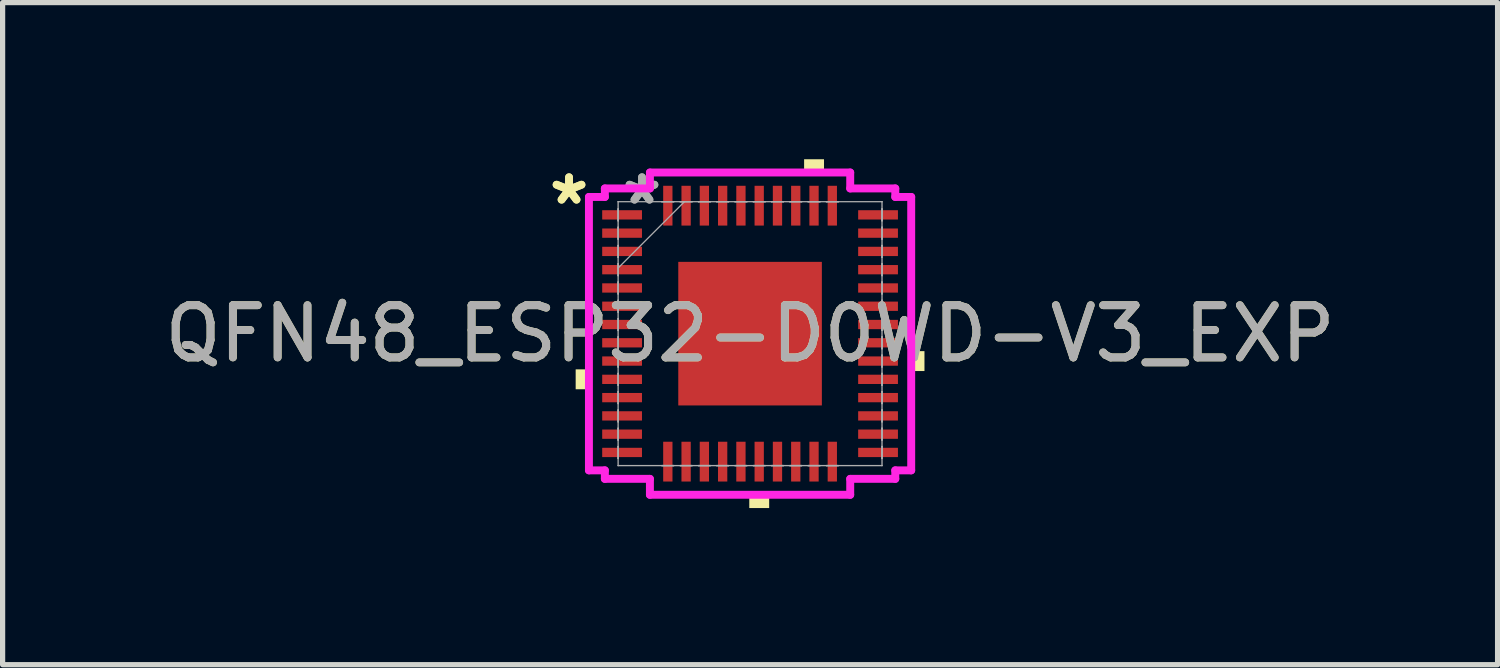
<source format=kicad_pcb>
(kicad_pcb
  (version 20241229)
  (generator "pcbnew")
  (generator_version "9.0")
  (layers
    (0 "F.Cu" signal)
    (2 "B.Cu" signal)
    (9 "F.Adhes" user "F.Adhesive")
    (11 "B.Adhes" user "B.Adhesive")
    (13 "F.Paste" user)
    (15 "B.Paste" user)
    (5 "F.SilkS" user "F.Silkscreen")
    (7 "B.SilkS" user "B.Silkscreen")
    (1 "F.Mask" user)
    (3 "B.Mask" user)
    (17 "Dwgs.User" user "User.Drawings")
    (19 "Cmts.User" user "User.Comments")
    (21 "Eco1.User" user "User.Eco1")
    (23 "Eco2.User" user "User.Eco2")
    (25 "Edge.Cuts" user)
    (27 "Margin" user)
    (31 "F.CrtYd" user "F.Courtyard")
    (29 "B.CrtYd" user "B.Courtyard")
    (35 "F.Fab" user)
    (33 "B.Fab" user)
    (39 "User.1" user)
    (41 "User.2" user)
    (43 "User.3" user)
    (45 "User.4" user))
  (footprint "QFN48_ESP32-D0WD-V3_EXP"
    (layer "F.Cu")
    (at 11.315 3.34)
    (property "Reference" "QFN48_ESP32-D0WD-V3_EXP" (at 0 0 0) (unlocked yes) (layer "F.SilkS") (effects (font (size 1 1) (thickness 0.15))))
    (attr smd)
    (fp_poly (pts (xy -3.34 0.684) (xy -3.34 1.065) (xy -3.086 1.065) (xy -3.086 0.684)) (stroke (width 0) (type solid)) (fill yes) (layer "F.SilkS"))
    (fp_poly (pts (xy -0.015 3.086) (xy -0.015 3.34) (xy 0.366 3.34) (xy 0.366 3.086)) (stroke (width 0) (type solid)) (fill yes) (layer "F.SilkS"))
    (fp_poly (pts (xy 1.035 -3.086) (xy 1.035 -3.34) (xy 1.416 -3.34) (xy 1.416 -3.086)) (stroke (width 0) (type solid)) (fill yes) (layer "F.SilkS"))
    (fp_poly (pts (xy 3.34 0.335) (xy 3.34 0.716) (xy 3.086 0.716) (xy 3.086 0.335)) (stroke (width 0) (type solid)) (fill yes) (layer "F.SilkS"))
    (fp_poly (pts (xy -1.375 -1.375) (xy -1.375 -0.1) (xy -0.1 -0.1) (xy -0.1 -1.375)) (stroke (width 0) (type solid)) (fill yes) (layer "F.Paste"))
    (fp_poly (pts (xy -1.375 0.1) (xy -1.375 1.375) (xy -0.1 1.375) (xy -0.1 0.1)) (stroke (width 0) (type solid)) (fill yes) (layer "F.Paste"))
    (fp_poly (pts (xy 0.1 -1.375) (xy 0.1 -0.1) (xy 1.375 -0.1) (xy 1.375 -1.375)) (stroke (width 0) (type solid)) (fill yes) (layer "F.Paste"))
    (fp_poly (pts (xy 0.1 0.1) (xy 0.1 1.375) (xy 1.375 1.375) (xy 1.375 0.1)) (stroke (width 0) (type solid)) (fill yes) (layer "F.Paste"))
    (fp_line (start -3.086 -2.618) (end -2.781 -2.618) (stroke (width 0.152) (type solid)) (layer "F.CrtYd"))
    (fp_line (start -3.086 2.618) (end -3.086 -2.618) (stroke (width 0.152) (type solid)) (layer "F.CrtYd"))
    (fp_line (start -2.781 -2.781) (end -1.918 -2.781) (stroke (width 0.152) (type solid)) (layer "F.CrtYd"))
    (fp_line (start -2.781 -2.618) (end -2.781 -2.781) (stroke (width 0.152) (type solid)) (layer "F.CrtYd"))
    (fp_line (start -2.781 2.618) (end -3.086 2.618) (stroke (width 0.152) (type solid)) (layer "F.CrtYd"))
    (fp_line (start -2.781 2.781) (end -2.781 2.618) (stroke (width 0.152) (type solid)) (layer "F.CrtYd"))
    (fp_line (start -1.918 -3.086) (end 1.918 -3.086) (stroke (width 0.152) (type solid)) (layer "F.CrtYd"))
    (fp_line (start -1.918 -2.781) (end -1.918 -3.086) (stroke (width 0.152) (type solid)) (layer "F.CrtYd"))
    (fp_line (start -1.918 2.781) (end -2.781 2.781) (stroke (width 0.152) (type solid)) (layer "F.CrtYd"))
    (fp_line (start -1.918 3.086) (end -1.918 2.781) (stroke (width 0.152) (type solid)) (layer "F.CrtYd"))
    (fp_line (start 1.918 -3.086) (end 1.918 -2.781) (stroke (width 0.152) (type solid)) (layer "F.CrtYd"))
    (fp_line (start 1.918 -2.781) (end 2.781 -2.781) (stroke (width 0.152) (type solid)) (layer "F.CrtYd"))
    (fp_line (start 1.918 2.781) (end 1.918 3.086) (stroke (width 0.152) (type solid)) (layer "F.CrtYd"))
    (fp_line (start 1.918 3.086) (end -1.918 3.086) (stroke (width 0.152) (type solid)) (layer "F.CrtYd"))
    (fp_line (start 2.781 -2.781) (end 2.781 -2.618) (stroke (width 0.152) (type solid)) (layer "F.CrtYd"))
    (fp_line (start 2.781 -2.618) (end 3.086 -2.618) (stroke (width 0.152) (type solid)) (layer "F.CrtYd"))
    (fp_line (start 2.781 2.618) (end 2.781 2.781) (stroke (width 0.152) (type solid)) (layer "F.CrtYd"))
    (fp_line (start 2.781 2.781) (end 1.918 2.781) (stroke (width 0.152) (type solid)) (layer "F.CrtYd"))
    (fp_line (start 3.086 -2.618) (end 3.086 2.618) (stroke (width 0.152) (type solid)) (layer "F.CrtYd"))
    (fp_line (start 3.086 2.618) (end 2.781 2.618) (stroke (width 0.152) (type solid)) (layer "F.CrtYd"))
    (fp_line (start -2.527 -2.527) (end -2.527 -2.527) (stroke (width 0.025) (type solid)) (layer "F.Fab"))
    (fp_line (start -2.527 -2.527) (end -2.527 2.527) (stroke (width 0.025) (type solid)) (layer "F.Fab"))
    (fp_line (start -2.527 -2.389) (end -2.527 -2.389) (stroke (width 0.025) (type solid)) (layer "F.Fab"))
    (fp_line (start -2.527 -2.389) (end -2.527 -2.161) (stroke (width 0.025) (type solid)) (layer "F.Fab"))
    (fp_line (start -2.527 -2.161) (end -2.527 -2.389) (stroke (width 0.025) (type solid)) (layer "F.Fab"))
    (fp_line (start -2.527 -2.161) (end -2.527 -2.161) (stroke (width 0.025) (type solid)) (layer "F.Fab"))
    (fp_line (start -2.527 -2.039) (end -2.527 -2.039) (stroke (width 0.025) (type solid)) (layer "F.Fab"))
    (fp_line (start -2.527 -2.039) (end -2.527 -1.811) (stroke (width 0.025) (type solid)) (layer "F.Fab"))
    (fp_line (start -2.527 -1.811) (end -2.527 -2.039) (stroke (width 0.025) (type solid)) (layer "F.Fab"))
    (fp_line (start -2.527 -1.811) (end -2.527 -1.811) (stroke (width 0.025) (type solid)) (layer "F.Fab"))
    (fp_line (start -2.527 -1.689) (end -2.527 -1.689) (stroke (width 0.025) (type solid)) (layer "F.Fab"))
    (fp_line (start -2.527 -1.689) (end -2.527 -1.461) (stroke (width 0.025) (type solid)) (layer "F.Fab"))
    (fp_line (start -2.527 -1.461) (end -2.527 -1.689) (stroke (width 0.025) (type solid)) (layer "F.Fab"))
    (fp_line (start -2.527 -1.461) (end -2.527 -1.461) (stroke (width 0.025) (type solid)) (layer "F.Fab"))
    (fp_line (start -2.527 -1.339) (end -2.527 -1.339) (stroke (width 0.025) (type solid)) (layer "F.Fab"))
    (fp_line (start -2.527 -1.339) (end -2.527 -1.111) (stroke (width 0.025) (type solid)) (layer "F.Fab"))
    (fp_line (start -2.527 -1.257) (end -1.257 -2.527) (stroke (width 0.025) (type solid)) (layer "F.Fab"))
    (fp_line (start -2.527 -1.111) (end -2.527 -1.339) (stroke (width 0.025) (type solid)) (layer "F.Fab"))
    (fp_line (start -2.527 -1.111) (end -2.527 -1.111) (stroke (width 0.025) (type solid)) (layer "F.Fab"))
    (fp_line (start -2.527 -0.989) (end -2.527 -0.989) (stroke (width 0.025) (type solid)) (layer "F.Fab"))
    (fp_line (start -2.527 -0.989) (end -2.527 -0.761) (stroke (width 0.025) (type solid)) (layer "F.Fab"))
    (fp_line (start -2.527 -0.761) (end -2.527 -0.989) (stroke (width 0.025) (type solid)) (layer "F.Fab"))
    (fp_line (start -2.527 -0.761) (end -2.527 -0.761) (stroke (width 0.025) (type solid)) (layer "F.Fab"))
    (fp_line (start -2.527 -0.639) (end -2.527 -0.639) (stroke (width 0.025) (type solid)) (layer "F.Fab"))
    (fp_line (start -2.527 -0.639) (end -2.527 -0.411) (stroke (width 0.025) (type solid)) (layer "F.Fab"))
    (fp_line (start -2.527 -0.411) (end -2.527 -0.639) (stroke (width 0.025) (type solid)) (layer "F.Fab"))
    (fp_line (start -2.527 -0.411) (end -2.527 -0.411) (stroke (width 0.025) (type solid)) (layer "F.Fab"))
    (fp_line (start -2.527 -0.289) (end -2.527 -0.289) (stroke (width 0.025) (type solid)) (layer "F.Fab"))
    (fp_line (start -2.527 -0.289) (end -2.527 -0.061) (stroke (width 0.025) (type solid)) (layer "F.Fab"))
    (fp_line (start -2.527 -0.061) (end -2.527 -0.289) (stroke (width 0.025) (type solid)) (layer "F.Fab"))
    (fp_line (start -2.527 -0.061) (end -2.527 -0.061) (stroke (width 0.025) (type solid)) (layer "F.Fab"))
    (fp_line (start -2.527 0.061) (end -2.527 0.061) (stroke (width 0.025) (type solid)) (layer "F.Fab"))
    (fp_line (start -2.527 0.061) (end -2.527 0.289) (stroke (width 0.025) (type solid)) (layer "F.Fab"))
    (fp_line (start -2.527 0.289) (end -2.527 0.061) (stroke (width 0.025) (type solid)) (layer "F.Fab"))
    (fp_line (start -2.527 0.289) (end -2.527 0.289) (stroke (width 0.025) (type solid)) (layer "F.Fab"))
    (fp_line (start -2.527 0.411) (end -2.527 0.411) (stroke (width 0.025) (type solid)) (layer "F.Fab"))
    (fp_line (start -2.527 0.411) (end -2.527 0.639) (stroke (width 0.025) (type solid)) (layer "F.Fab"))
    (fp_line (start -2.527 0.639) (end -2.527 0.411) (stroke (width 0.025) (type solid)) (layer "F.Fab"))
    (fp_line (start -2.527 0.639) (end -2.527 0.639) (stroke (width 0.025) (type solid)) (layer "F.Fab"))
    (fp_line (start -2.527 0.761) (end -2.527 0.761) (stroke (width 0.025) (type solid)) (layer "F.Fab"))
    (fp_line (start -2.527 0.761) (end -2.527 0.989) (stroke (width 0.025) (type solid)) (layer "F.Fab"))
    (fp_line (start -2.527 0.989) (end -2.527 0.761) (stroke (width 0.025) (type solid)) (layer "F.Fab"))
    (fp_line (start -2.527 0.989) (end -2.527 0.989) (stroke (width 0.025) (type solid)) (layer "F.Fab"))
    (fp_line (start -2.527 1.111) (end -2.527 1.111) (stroke (width 0.025) (type solid)) (layer "F.Fab"))
    (fp_line (start -2.527 1.111) (end -2.527 1.339) (stroke (width 0.025) (type solid)) (layer "F.Fab"))
    (fp_line (start -2.527 1.339) (end -2.527 1.111) (stroke (width 0.025) (type solid)) (layer "F.Fab"))
    (fp_line (start -2.527 1.339) (end -2.527 1.339) (stroke (width 0.025) (type solid)) (layer "F.Fab"))
    (fp_line (start -2.527 1.461) (end -2.527 1.461) (stroke (width 0.025) (type solid)) (layer "F.Fab"))
    (fp_line (start -2.527 1.461) (end -2.527 1.689) (stroke (width 0.025) (type solid)) (layer "F.Fab"))
    (fp_line (start -2.527 1.689) (end -2.527 1.461) (stroke (width 0.025) (type solid)) (layer "F.Fab"))
    (fp_line (start -2.527 1.689) (end -2.527 1.689) (stroke (width 0.025) (type solid)) (layer "F.Fab"))
    (fp_line (start -2.527 1.811) (end -2.527 1.811) (stroke (width 0.025) (type solid)) (layer "F.Fab"))
    (fp_line (start -2.527 1.811) (end -2.527 2.039) (stroke (width 0.025) (type solid)) (layer "F.Fab"))
    (fp_line (start -2.527 2.039) (end -2.527 1.811) (stroke (width 0.025) (type solid)) (layer "F.Fab"))
    (fp_line (start -2.527 2.039) (end -2.527 2.039) (stroke (width 0.025) (type solid)) (layer "F.Fab"))
    (fp_line (start -2.527 2.161) (end -2.527 2.161) (stroke (width 0.025) (type solid)) (layer "F.Fab"))
    (fp_line (start -2.527 2.161) (end -2.527 2.389) (stroke (width 0.025) (type solid)) (layer "F.Fab"))
    (fp_line (start -2.527 2.389) (end -2.527 2.161) (stroke (width 0.025) (type solid)) (layer "F.Fab"))
    (fp_line (start -2.527 2.389) (end -2.527 2.389) (stroke (width 0.025) (type solid)) (layer "F.Fab"))
    (fp_line (start -2.527 2.527) (end -2.527 2.527) (stroke (width 0.025) (type solid)) (layer "F.Fab"))
    (fp_line (start -2.527 2.527) (end 2.527 2.527) (stroke (width 0.025) (type solid)) (layer "F.Fab"))
    (fp_line (start -1.689 -2.527) (end -1.689 -2.527) (stroke (width 0.025) (type solid)) (layer "F.Fab"))
    (fp_line (start -1.689 -2.527) (end -1.461 -2.527) (stroke (width 0.025) (type solid)) (layer "F.Fab"))
    (fp_line (start -1.689 2.527) (end -1.689 2.527) (stroke (width 0.025) (type solid)) (layer "F.Fab"))
    (fp_line (start -1.689 2.527) (end -1.461 2.527) (stroke (width 0.025) (type solid)) (layer "F.Fab"))
    (fp_line (start -1.461 -2.527) (end -1.689 -2.527) (stroke (width 0.025) (type solid)) (layer "F.Fab"))
    (fp_line (start -1.461 -2.527) (end -1.461 -2.527) (stroke (width 0.025) (type solid)) (layer "F.Fab"))
    (fp_line (start -1.461 2.527) (end -1.689 2.527) (stroke (width 0.025) (type solid)) (layer "F.Fab"))
    (fp_line (start -1.461 2.527) (end -1.461 2.527) (stroke (width 0.025) (type solid)) (layer "F.Fab"))
    (fp_line (start -1.339 -2.527) (end -1.339 -2.527) (stroke (width 0.025) (type solid)) (layer "F.Fab"))
    (fp_line (start -1.339 -2.527) (end -1.111 -2.527) (stroke (width 0.025) (type solid)) (layer "F.Fab"))
    (fp_line (start -1.339 2.527) (end -1.339 2.527) (stroke (width 0.025) (type solid)) (layer "F.Fab"))
    (fp_line (start -1.339 2.527) (end -1.111 2.527) (stroke (width 0.025) (type solid)) (layer "F.Fab"))
    (fp_line (start -1.111 -2.527) (end -1.339 -2.527) (stroke (width 0.025) (type solid)) (layer "F.Fab"))
    (fp_line (start -1.111 -2.527) (end -1.111 -2.527) (stroke (width 0.025) (type solid)) (layer "F.Fab"))
    (fp_line (start -1.111 2.527) (end -1.339 2.527) (stroke (width 0.025) (type solid)) (layer "F.Fab"))
    (fp_line (start -1.111 2.527) (end -1.111 2.527) (stroke (width 0.025) (type solid)) (layer "F.Fab"))
    (fp_line (start -0.989 -2.527) (end -0.989 -2.527) (stroke (width 0.025) (type solid)) (layer "F.Fab"))
    (fp_line (start -0.989 -2.527) (end -0.761 -2.527) (stroke (width 0.025) (type solid)) (layer "F.Fab"))
    (fp_line (start -0.989 2.527) (end -0.989 2.527) (stroke (width 0.025) (type solid)) (layer "F.Fab"))
    (fp_line (start -0.989 2.527) (end -0.761 2.527) (stroke (width 0.025) (type solid)) (layer "F.Fab"))
    (fp_line (start -0.761 -2.527) (end -0.989 -2.527) (stroke (width 0.025) (type solid)) (layer "F.Fab"))
    (fp_line (start -0.761 -2.527) (end -0.761 -2.527) (stroke (width 0.025) (type solid)) (layer "F.Fab"))
    (fp_line (start -0.761 2.527) (end -0.989 2.527) (stroke (width 0.025) (type solid)) (layer "F.Fab"))
    (fp_line (start -0.761 2.527) (end -0.761 2.527) (stroke (width 0.025) (type solid)) (layer "F.Fab"))
    (fp_line (start -0.639 -2.527) (end -0.639 -2.527) (stroke (width 0.025) (type solid)) (layer "F.Fab"))
    (fp_line (start -0.639 -2.527) (end -0.411 -2.527) (stroke (width 0.025) (type solid)) (layer "F.Fab"))
    (fp_line (start -0.639 2.527) (end -0.639 2.527) (stroke (width 0.025) (type solid)) (layer "F.Fab"))
    (fp_line (start -0.639 2.527) (end -0.411 2.527) (stroke (width 0.025) (type solid)) (layer "F.Fab"))
    (fp_line (start -0.411 -2.527) (end -0.639 -2.527) (stroke (width 0.025) (type solid)) (layer "F.Fab"))
    (fp_line (start -0.411 -2.527) (end -0.411 -2.527) (stroke (width 0.025) (type solid)) (layer "F.Fab"))
    (fp_line (start -0.411 2.527) (end -0.639 2.527) (stroke (width 0.025) (type solid)) (layer "F.Fab"))
    (fp_line (start -0.411 2.527) (end -0.411 2.527) (stroke (width 0.025) (type solid)) (layer "F.Fab"))
    (fp_line (start -0.289 -2.527) (end -0.289 -2.527) (stroke (width 0.025) (type solid)) (layer "F.Fab"))
    (fp_line (start -0.289 -2.527) (end -0.061 -2.527) (stroke (width 0.025) (type solid)) (layer "F.Fab"))
    (fp_line (start -0.289 2.527) (end -0.289 2.527) (stroke (width 0.025) (type solid)) (layer "F.Fab"))
    (fp_line (start -0.289 2.527) (end -0.061 2.527) (stroke (width 0.025) (type solid)) (layer "F.Fab"))
    (fp_line (start -0.061 -2.527) (end -0.289 -2.527) (stroke (width 0.025) (type solid)) (layer "F.Fab"))
    (fp_line (start -0.061 -2.527) (end -0.061 -2.527) (stroke (width 0.025) (type solid)) (layer "F.Fab"))
    (fp_line (start -0.061 2.527) (end -0.289 2.527) (stroke (width 0.025) (type solid)) (layer "F.Fab"))
    (fp_line (start -0.061 2.527) (end -0.061 2.527) (stroke (width 0.025) (type solid)) (layer "F.Fab"))
    (fp_line (start 0.061 -2.527) (end 0.061 -2.527) (stroke (width 0.025) (type solid)) (layer "F.Fab"))
    (fp_line (start 0.061 -2.527) (end 0.289 -2.527) (stroke (width 0.025) (type solid)) (layer "F.Fab"))
    (fp_line (start 0.061 2.527) (end 0.061 2.527) (stroke (width 0.025) (type solid)) (layer "F.Fab"))
    (fp_line (start 0.061 2.527) (end 0.289 2.527) (stroke (width 0.025) (type solid)) (layer "F.Fab"))
    (fp_line (start 0.289 -2.527) (end 0.061 -2.527) (stroke (width 0.025) (type solid)) (layer "F.Fab"))
    (fp_line (start 0.289 -2.527) (end 0.289 -2.527) (stroke (width 0.025) (type solid)) (layer "F.Fab"))
    (fp_line (start 0.289 2.527) (end 0.061 2.527) (stroke (width 0.025) (type solid)) (layer "F.Fab"))
    (fp_line (start 0.289 2.527) (end 0.289 2.527) (stroke (width 0.025) (type solid)) (layer "F.Fab"))
    (fp_line (start 0.411 -2.527) (end 0.411 -2.527) (stroke (width 0.025) (type solid)) (layer "F.Fab"))
    (fp_line (start 0.411 -2.527) (end 0.639 -2.527) (stroke (width 0.025) (type solid)) (layer "F.Fab"))
    (fp_line (start 0.411 2.527) (end 0.411 2.527) (stroke (width 0.025) (type solid)) (layer "F.Fab"))
    (fp_line (start 0.411 2.527) (end 0.639 2.527) (stroke (width 0.025) (type solid)) (layer "F.Fab"))
    (fp_line (start 0.639 -2.527) (end 0.411 -2.527) (stroke (width 0.025) (type solid)) (layer "F.Fab"))
    (fp_line (start 0.639 -2.527) (end 0.639 -2.527) (stroke (width 0.025) (type solid)) (layer "F.Fab"))
    (fp_line (start 0.639 2.527) (end 0.411 2.527) (stroke (width 0.025) (type solid)) (layer "F.Fab"))
    (fp_line (start 0.639 2.527) (end 0.639 2.527) (stroke (width 0.025) (type solid)) (layer "F.Fab"))
    (fp_line (start 0.761 -2.527) (end 0.761 -2.527) (stroke (width 0.025) (type solid)) (layer "F.Fab"))
    (fp_line (start 0.761 -2.527) (end 0.989 -2.527) (stroke (width 0.025) (type solid)) (layer "F.Fab"))
    (fp_line (start 0.761 2.527) (end 0.761 2.527) (stroke (width 0.025) (type solid)) (layer "F.Fab"))
    (fp_line (start 0.761 2.527) (end 0.989 2.527) (stroke (width 0.025) (type solid)) (layer "F.Fab"))
    (fp_line (start 0.989 -2.527) (end 0.761 -2.527) (stroke (width 0.025) (type solid)) (layer "F.Fab"))
    (fp_line (start 0.989 -2.527) (end 0.989 -2.527) (stroke (width 0.025) (type solid)) (layer "F.Fab"))
    (fp_line (start 0.989 2.527) (end 0.761 2.527) (stroke (width 0.025) (type solid)) (layer "F.Fab"))
    (fp_line (start 0.989 2.527) (end 0.989 2.527) (stroke (width 0.025) (type solid)) (layer "F.Fab"))
    (fp_line (start 1.111 -2.527) (end 1.111 -2.527) (stroke (width 0.025) (type solid)) (layer "F.Fab"))
    (fp_line (start 1.111 -2.527) (end 1.339 -2.527) (stroke (width 0.025) (type solid)) (layer "F.Fab"))
    (fp_line (start 1.111 2.527) (end 1.111 2.527) (stroke (width 0.025) (type solid)) (layer "F.Fab"))
    (fp_line (start 1.111 2.527) (end 1.339 2.527) (stroke (width 0.025) (type solid)) (layer "F.Fab"))
    (fp_line (start 1.339 -2.527) (end 1.111 -2.527) (stroke (width 0.025) (type solid)) (layer "F.Fab"))
    (fp_line (start 1.339 -2.527) (end 1.339 -2.527) (stroke (width 0.025) (type solid)) (layer "F.Fab"))
    (fp_line (start 1.339 2.527) (end 1.111 2.527) (stroke (width 0.025) (type solid)) (layer "F.Fab"))
    (fp_line (start 1.339 2.527) (end 1.339 2.527) (stroke (width 0.025) (type solid)) (layer "F.Fab"))
    (fp_line (start 1.461 -2.527) (end 1.461 -2.527) (stroke (width 0.025) (type solid)) (layer "F.Fab"))
    (fp_line (start 1.461 -2.527) (end 1.689 -2.527) (stroke (width 0.025) (type solid)) (layer "F.Fab"))
    (fp_line (start 1.461 2.527) (end 1.461 2.527) (stroke (width 0.025) (type solid)) (layer "F.Fab"))
    (fp_line (start 1.461 2.527) (end 1.689 2.527) (stroke (width 0.025) (type solid)) (layer "F.Fab"))
    (fp_line (start 1.689 -2.527) (end 1.461 -2.527) (stroke (width 0.025) (type solid)) (layer "F.Fab"))
    (fp_line (start 1.689 -2.527) (end 1.689 -2.527) (stroke (width 0.025) (type solid)) (layer "F.Fab"))
    (fp_line (start 1.689 2.527) (end 1.461 2.527) (stroke (width 0.025) (type solid)) (layer "F.Fab"))
    (fp_line (start 1.689 2.527) (end 1.689 2.527) (stroke (width 0.025) (type solid)) (layer "F.Fab"))
    (fp_line (start 2.527 -2.527) (end -2.527 -2.527) (stroke (width 0.025) (type solid)) (layer "F.Fab"))
    (fp_line (start 2.527 -2.527) (end 2.527 -2.527) (stroke (width 0.025) (type solid)) (layer "F.Fab"))
    (fp_line (start 2.527 -2.389) (end 2.527 -2.389) (stroke (width 0.025) (type solid)) (layer "F.Fab"))
    (fp_line (start 2.527 -2.389) (end 2.527 -2.161) (stroke (width 0.025) (type solid)) (layer "F.Fab"))
    (fp_line (start 2.527 -2.161) (end 2.527 -2.389) (stroke (width 0.025) (type solid)) (layer "F.Fab"))
    (fp_line (start 2.527 -2.161) (end 2.527 -2.161) (stroke (width 0.025) (type solid)) (layer "F.Fab"))
    (fp_line (start 2.527 -2.039) (end 2.527 -2.039) (stroke (width 0.025) (type solid)) (layer "F.Fab"))
    (fp_line (start 2.527 -2.039) (end 2.527 -1.811) (stroke (width 0.025) (type solid)) (layer "F.Fab"))
    (fp_line (start 2.527 -1.811) (end 2.527 -2.039) (stroke (width 0.025) (type solid)) (layer "F.Fab"))
    (fp_line (start 2.527 -1.811) (end 2.527 -1.811) (stroke (width 0.025) (type solid)) (layer "F.Fab"))
    (fp_line (start 2.527 -1.689) (end 2.527 -1.689) (stroke (width 0.025) (type solid)) (layer "F.Fab"))
    (fp_line (start 2.527 -1.689) (end 2.527 -1.461) (stroke (width 0.025) (type solid)) (layer "F.Fab"))
    (fp_line (start 2.527 -1.461) (end 2.527 -1.689) (stroke (width 0.025) (type solid)) (layer "F.Fab"))
    (fp_line (start 2.527 -1.461) (end 2.527 -1.461) (stroke (width 0.025) (type solid)) (layer "F.Fab"))
    (fp_line (start 2.527 -1.339) (end 2.527 -1.339) (stroke (width 0.025) (type solid)) (layer "F.Fab"))
    (fp_line (start 2.527 -1.339) (end 2.527 -1.111) (stroke (width 0.025) (type solid)) (layer "F.Fab"))
    (fp_line (start 2.527 -1.111) (end 2.527 -1.339) (stroke (width 0.025) (type solid)) (layer "F.Fab"))
    (fp_line (start 2.527 -1.111) (end 2.527 -1.111) (stroke (width 0.025) (type solid)) (layer "F.Fab"))
    (fp_line (start 2.527 -0.989) (end 2.527 -0.989) (stroke (width 0.025) (type solid)) (layer "F.Fab"))
    (fp_line (start 2.527 -0.989) (end 2.527 -0.761) (stroke (width 0.025) (type solid)) (layer "F.Fab"))
    (fp_line (start 2.527 -0.761) (end 2.527 -0.989) (stroke (width 0.025) (type solid)) (layer "F.Fab"))
    (fp_line (start 2.527 -0.761) (end 2.527 -0.761) (stroke (width 0.025) (type solid)) (layer "F.Fab"))
    (fp_line (start 2.527 -0.639) (end 2.527 -0.639) (stroke (width 0.025) (type solid)) (layer "F.Fab"))
    (fp_line (start 2.527 -0.639) (end 2.527 -0.411) (stroke (width 0.025) (type solid)) (layer "F.Fab"))
    (fp_line (start 2.527 -0.411) (end 2.527 -0.639) (stroke (width 0.025) (type solid)) (layer "F.Fab"))
    (fp_line (start 2.527 -0.411) (end 2.527 -0.411) (stroke (width 0.025) (type solid)) (layer "F.Fab"))
    (fp_line (start 2.527 -0.289) (end 2.527 -0.289) (stroke (width 0.025) (type solid)) (layer "F.Fab"))
    (fp_line (start 2.527 -0.289) (end 2.527 -0.061) (stroke (width 0.025) (type solid)) (layer "F.Fab"))
    (fp_line (start 2.527 -0.061) (end 2.527 -0.289) (stroke (width 0.025) (type solid)) (layer "F.Fab"))
    (fp_line (start 2.527 -0.061) (end 2.527 -0.061) (stroke (width 0.025) (type solid)) (layer "F.Fab"))
    (fp_line (start 2.527 0.061) (end 2.527 0.061) (stroke (width 0.025) (type solid)) (layer "F.Fab"))
    (fp_line (start 2.527 0.061) (end 2.527 0.289) (stroke (width 0.025) (type solid)) (layer "F.Fab"))
    (fp_line (start 2.527 0.289) (end 2.527 0.061) (stroke (width 0.025) (type solid)) (layer "F.Fab"))
    (fp_line (start 2.527 0.289) (end 2.527 0.289) (stroke (width 0.025) (type solid)) (layer "F.Fab"))
    (fp_line (start 2.527 0.411) (end 2.527 0.411) (stroke (width 0.025) (type solid)) (layer "F.Fab"))
    (fp_line (start 2.527 0.411) (end 2.527 0.639) (stroke (width 0.025) (type solid)) (layer "F.Fab"))
    (fp_line (start 2.527 0.639) (end 2.527 0.411) (stroke (width 0.025) (type solid)) (layer "F.Fab"))
    (fp_line (start 2.527 0.639) (end 2.527 0.639) (stroke (width 0.025) (type solid)) (layer "F.Fab"))
    (fp_line (start 2.527 0.761) (end 2.527 0.761) (stroke (width 0.025) (type solid)) (layer "F.Fab"))
    (fp_line (start 2.527 0.761) (end 2.527 0.989) (stroke (width 0.025) (type solid)) (layer "F.Fab"))
    (fp_line (start 2.527 0.989) (end 2.527 0.761) (stroke (width 0.025) (type solid)) (layer "F.Fab"))
    (fp_line (start 2.527 0.989) (end 2.527 0.989) (stroke (width 0.025) (type solid)) (layer "F.Fab"))
    (fp_line (start 2.527 1.111) (end 2.527 1.111) (stroke (width 0.025) (type solid)) (layer "F.Fab"))
    (fp_line (start 2.527 1.111) (end 2.527 1.339) (stroke (width 0.025) (type solid)) (layer "F.Fab"))
    (fp_line (start 2.527 1.339) (end 2.527 1.111) (stroke (width 0.025) (type solid)) (layer "F.Fab"))
    (fp_line (start 2.527 1.339) (end 2.527 1.339) (stroke (width 0.025) (type solid)) (layer "F.Fab"))
    (fp_line (start 2.527 1.461) (end 2.527 1.461) (stroke (width 0.025) (type solid)) (layer "F.Fab"))
    (fp_line (start 2.527 1.461) (end 2.527 1.689) (stroke (width 0.025) (type solid)) (layer "F.Fab"))
    (fp_line (start 2.527 1.689) (end 2.527 1.461) (stroke (width 0.025) (type solid)) (layer "F.Fab"))
    (fp_line (start 2.527 1.689) (end 2.527 1.689) (stroke (width 0.025) (type solid)) (layer "F.Fab"))
    (fp_line (start 2.527 1.811) (end 2.527 1.811) (stroke (width 0.025) (type solid)) (layer "F.Fab"))
    (fp_line (start 2.527 1.811) (end 2.527 2.039) (stroke (width 0.025) (type solid)) (layer "F.Fab"))
    (fp_line (start 2.527 2.039) (end 2.527 1.811) (stroke (width 0.025) (type solid)) (layer "F.Fab"))
    (fp_line (start 2.527 2.039) (end 2.527 2.039) (stroke (width 0.025) (type solid)) (layer "F.Fab"))
    (fp_line (start 2.527 2.161) (end 2.527 2.161) (stroke (width 0.025) (type solid)) (layer "F.Fab"))
    (fp_line (start 2.527 2.161) (end 2.527 2.389) (stroke (width 0.025) (type solid)) (layer "F.Fab"))
    (fp_line (start 2.527 2.389) (end 2.527 2.161) (stroke (width 0.025) (type solid)) (layer "F.Fab"))
    (fp_line (start 2.527 2.389) (end 2.527 2.389) (stroke (width 0.025) (type solid)) (layer "F.Fab"))
    (fp_line (start 2.527 2.527) (end 2.527 -2.527) (stroke (width 0.025) (type solid)) (layer "F.Fab"))
    (fp_line (start 2.527 2.527) (end 2.527 2.527) (stroke (width 0.025) (type solid)) (layer "F.Fab"))
    (fp_text user "*" (at -3.467 -2.45 0) (unlocked yes) (layer "F.SilkS") (effects (font (size 1 1) (thickness 0.15))))
    (fp_text user "*" (at -3.467 -2.45 0) (layer "F.SilkS") (effects (font (size 1 1) (thickness 0.15))))
    (fp_text user "${REFERENCE}" (at 0 0 0) (unlocked yes) (layer "F.Fab") (effects (font (size 1 1) (thickness 0.15))))
    (fp_text user "*" (at -2.07 -2.45 0) (layer "F.Fab") (effects (font (size 1 1) (thickness 0.15))))
    (fp_text user "*" (at -2.07 -2.45 0) (unlocked yes) (layer "F.Fab") (effects (font (size 1 1) (thickness 0.15))))
    (pad "1" smd rect (at -2.451 -2.275 90) (size 0.178 0.762) (layers "F.Cu" "F.Mask" "F.Paste"))
    (pad "2" smd rect (at -2.451 -1.925 90) (size 0.178 0.762) (layers "F.Cu" "F.Mask" "F.Paste"))
    (pad "3" smd rect (at -2.451 -1.575 90) (size 0.178 0.762) (layers "F.Cu" "F.Mask" "F.Paste"))
    (pad "4" smd rect (at -2.451 -1.225 90) (size 0.178 0.762) (layers "F.Cu" "F.Mask" "F.Paste"))
    (pad "5" smd rect (at -2.451 -0.875 90) (size 0.178 0.762) (layers "F.Cu" "F.Mask" "F.Paste"))
    (pad "6" smd rect (at -2.451 -0.525 90) (size 0.178 0.762) (layers "F.Cu" "F.Mask" "F.Paste"))
    (pad "7" smd rect (at -2.451 -0.175 90) (size 0.178 0.762) (layers "F.Cu" "F.Mask" "F.Paste"))
    (pad "8" smd rect (at -2.451 0.175 90) (size 0.178 0.762) (layers "F.Cu" "F.Mask" "F.Paste"))
    (pad "9" smd rect (at -2.451 0.525 90) (size 0.178 0.762) (layers "F.Cu" "F.Mask" "F.Paste"))
    (pad "10" smd rect (at -2.451 0.875 90) (size 0.178 0.762) (layers "F.Cu" "F.Mask" "F.Paste"))
    (pad "11" smd rect (at -2.451 1.225 90) (size 0.178 0.762) (layers "F.Cu" "F.Mask" "F.Paste"))
    (pad "12" smd rect (at -2.451 1.575 90) (size 0.178 0.762) (layers "F.Cu" "F.Mask" "F.Paste"))
    (pad "13" smd rect (at -2.451 1.925 90) (size 0.178 0.762) (layers "F.Cu" "F.Mask" "F.Paste"))
    (pad "14" smd rect (at -2.451 2.275 90) (size 0.178 0.762) (layers "F.Cu" "F.Mask" "F.Paste"))
    (pad "15" smd rect (at -1.575 2.451) (size 0.178 0.762) (layers "F.Cu" "F.Mask" "F.Paste"))
    (pad "16" smd rect (at -1.225 2.451) (size 0.178 0.762) (layers "F.Cu" "F.Mask" "F.Paste"))
    (pad "17" smd rect (at -0.875 2.451) (size 0.178 0.762) (layers "F.Cu" "F.Mask" "F.Paste"))
    (pad "18" smd rect (at -0.525 2.451) (size 0.178 0.762) (layers "F.Cu" "F.Mask" "F.Paste"))
    (pad "19" smd rect (at -0.175 2.451) (size 0.178 0.762) (layers "F.Cu" "F.Mask" "F.Paste"))
    (pad "20" smd rect (at 0.175 2.451) (size 0.178 0.762) (layers "F.Cu" "F.Mask" "F.Paste"))
    (pad "21" smd rect (at 0.525 2.451) (size 0.178 0.762) (layers "F.Cu" "F.Mask" "F.Paste"))
    (pad "22" smd rect (at 0.875 2.451) (size 0.178 0.762) (layers "F.Cu" "F.Mask" "F.Paste"))
    (pad "23" smd rect (at 1.225 2.451) (size 0.178 0.762) (layers "F.Cu" "F.Mask" "F.Paste"))
    (pad "24" smd rect (at 1.575 2.451) (size 0.178 0.762) (layers "F.Cu" "F.Mask" "F.Paste"))
    (pad "25" smd rect (at 2.451 2.275 90) (size 0.178 0.762) (layers "F.Cu" "F.Mask" "F.Paste"))
    (pad "26" smd rect (at 2.451 1.925 90) (size 0.178 0.762) (layers "F.Cu" "F.Mask" "F.Paste"))
    (pad "27" smd rect (at 2.451 1.575 90) (size 0.178 0.762) (layers "F.Cu" "F.Mask" "F.Paste"))
    (pad "28" smd rect (at 2.451 1.225 90) (size 0.178 0.762) (layers "F.Cu" "F.Mask" "F.Paste"))
    (pad "29" smd rect (at 2.451 0.875 90) (size 0.178 0.762) (layers "F.Cu" "F.Mask" "F.Paste"))
    (pad "30" smd rect (at 2.451 0.525 90) (size 0.178 0.762) (layers "F.Cu" "F.Mask" "F.Paste"))
    (pad "31" smd rect (at 2.451 0.175 90) (size 0.178 0.762) (layers "F.Cu" "F.Mask" "F.Paste"))
    (pad "32" smd rect (at 2.451 -0.175 90) (size 0.178 0.762) (layers "F.Cu" "F.Mask" "F.Paste"))
    (pad "33" smd rect (at 2.451 -0.525 90) (size 0.178 0.762) (layers "F.Cu" "F.Mask" "F.Paste"))
    (pad "34" smd rect (at 2.451 -0.875 90) (size 0.178 0.762) (layers "F.Cu" "F.Mask" "F.Paste"))
    (pad "35" smd rect (at 2.451 -1.225 90) (size 0.178 0.762) (layers "F.Cu" "F.Mask" "F.Paste"))
    (pad "36" smd rect (at 2.451 -1.575 90) (size 0.178 0.762) (layers "F.Cu" "F.Mask" "F.Paste"))
    (pad "37" smd rect (at 2.451 -1.925 90) (size 0.178 0.762) (layers "F.Cu" "F.Mask" "F.Paste"))
    (pad "38" smd rect (at 2.451 -2.275 90) (size 0.178 0.762) (layers "F.Cu" "F.Mask" "F.Paste"))
    (pad "39" smd rect (at 1.575 -2.451) (size 0.178 0.762) (layers "F.Cu" "F.Mask" "F.Paste"))
    (pad "40" smd rect (at 1.225 -2.451) (size 0.178 0.762) (layers "F.Cu" "F.Mask" "F.Paste"))
    (pad "41" smd rect (at 0.875 -2.451) (size 0.178 0.762) (layers "F.Cu" "F.Mask" "F.Paste"))
    (pad "42" smd rect (at 0.525 -2.451) (size 0.178 0.762) (layers "F.Cu" "F.Mask" "F.Paste"))
    (pad "43" smd rect (at 0.175 -2.451) (size 0.178 0.762) (layers "F.Cu" "F.Mask" "F.Paste"))
    (pad "44" smd rect (at -0.175 -2.451) (size 0.178 0.762) (layers "F.Cu" "F.Mask" "F.Paste"))
    (pad "45" smd rect (at -0.525 -2.451) (size 0.178 0.762) (layers "F.Cu" "F.Mask" "F.Paste"))
    (pad "46" smd rect (at -0.875 -2.451) (size 0.178 0.762) (layers "F.Cu" "F.Mask" "F.Paste"))
    (pad "47" smd rect (at -1.225 -2.451) (size 0.178 0.762) (layers "F.Cu" "F.Mask" "F.Paste"))
    (pad "48" smd rect (at -1.575 -2.451) (size 0.178 0.762) (layers "F.Cu" "F.Mask" "F.Paste"))
    (pad "49" smd rect (at 0 0) (size 2.75 2.75) (layers "F.Cu" "F.Mask")))
  (gr_rect
    (start -3 -3)
    (end 25.631 9.68)
    (stroke (width 0.1) (type default))
    (fill no)
    (layer "Edge.Cuts")))
</source>
